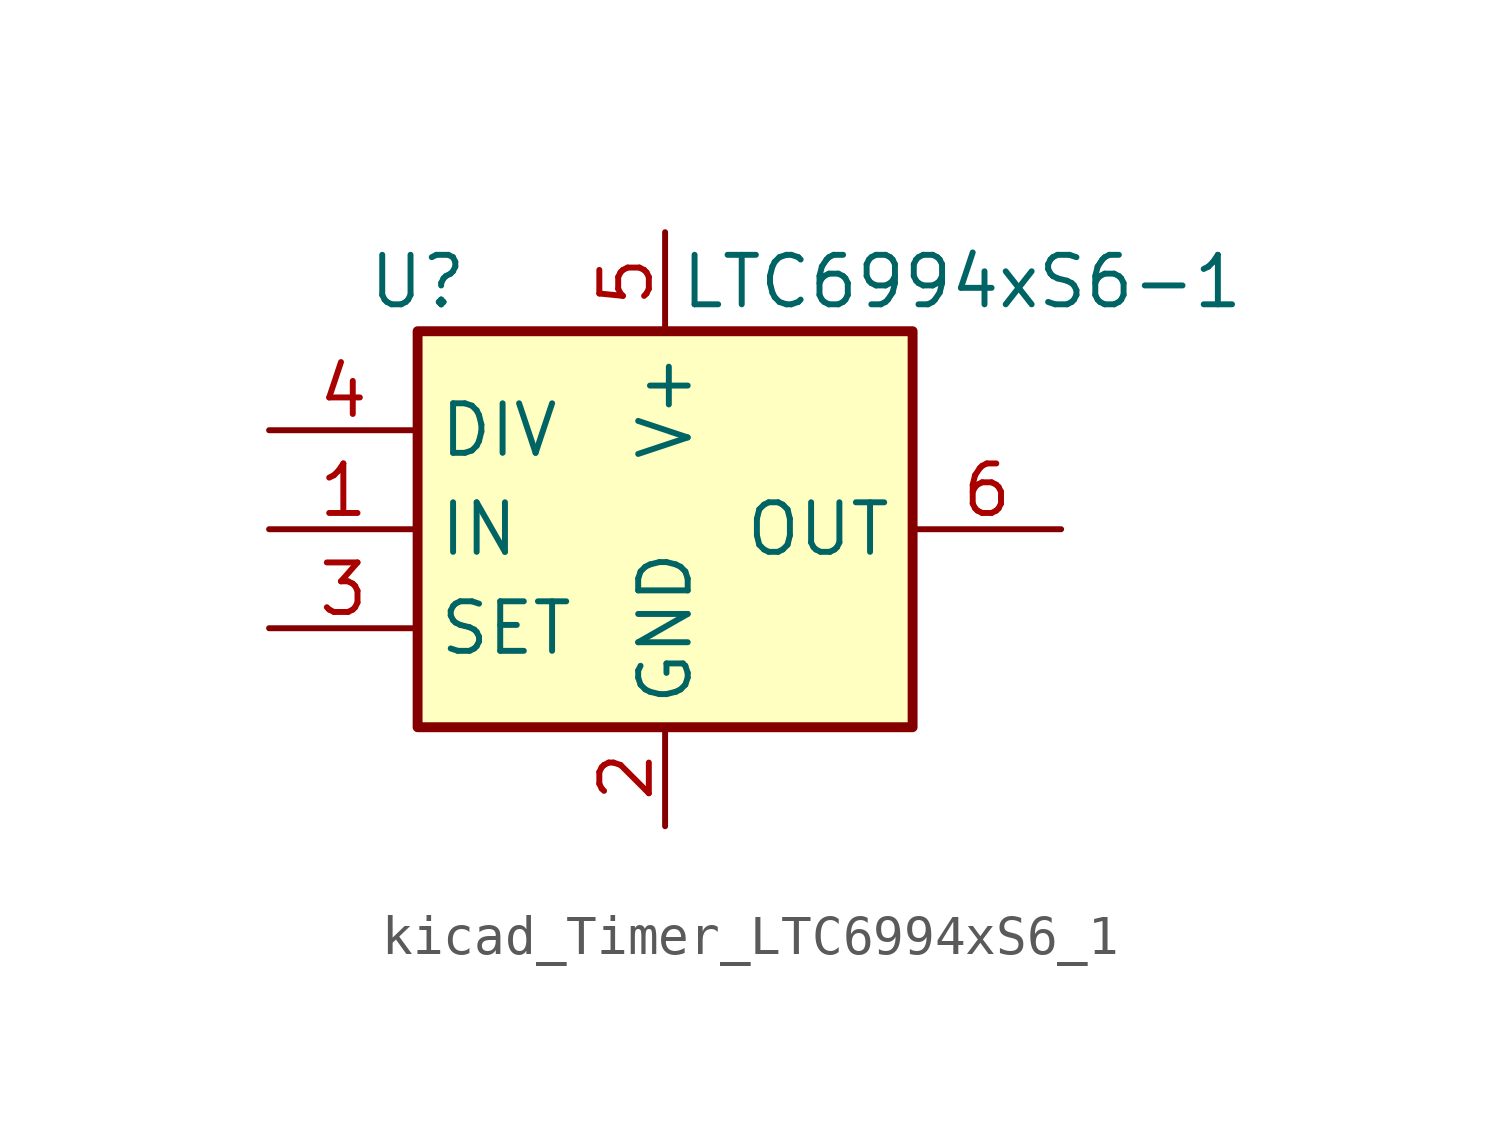
<source format=kicad_sym>
(kicad_symbol_lib
  (version 20220914)
  (generator kicad_symbol_editor)
  (symbol "kicad_Timer_LTC6994xS6_1"
    (property "Reference" "U"
      (at -6.35 6.35 0)
      (effects (font (size 1.27 1.27))))
    (property "Value" "LTC6994xS6-1"
      (at 7.62 6.35 0)
      (effects (font (size 1.27 1.27))))
    (symbol "kicad_Timer_LTC6994xS6_1_0_1"
      (rectangle (start -6.35 5.08) (end 6.35 -5.08) (stroke (width 0.254) (type default)) (fill (type background))))
    (symbol "kicad_Timer_LTC6994xS6_1_1_1"
      (pin input line (at -10.16 0 0) (length 3.81) (name "IN" (effects (font (size 1.27 1.27)))) (number "1" (effects (font (size 1.27 1.27)))))
      (pin power_in line (at 0 -7.62 90) (length 2.54) (name "GND" (effects (font (size 1.27 1.27)))) (number "2" (effects (font (size 1.27 1.27)))))
      (pin passive line (at -10.16 -2.54 0) (length 3.81) (name "SET" (effects (font (size 1.27 1.27)))) (number "3" (effects (font (size 1.27 1.27)))))
      (pin input line (at -10.16 2.54 0) (length 3.81) (name "DIV" (effects (font (size 1.27 1.27)))) (number "4" (effects (font (size 1.27 1.27)))))
      (pin power_in line (at 0 7.62 270) (length 2.54) (name "V+" (effects (font (size 1.27 1.27)))) (number "5" (effects (font (size 1.27 1.27)))))
      (pin output line (at 10.16 0 180) (length 3.81) (name "OUT" (effects (font (size 1.27 1.27)))) (number "6" (effects (font (size 1.27 1.27))))))))
</source>
